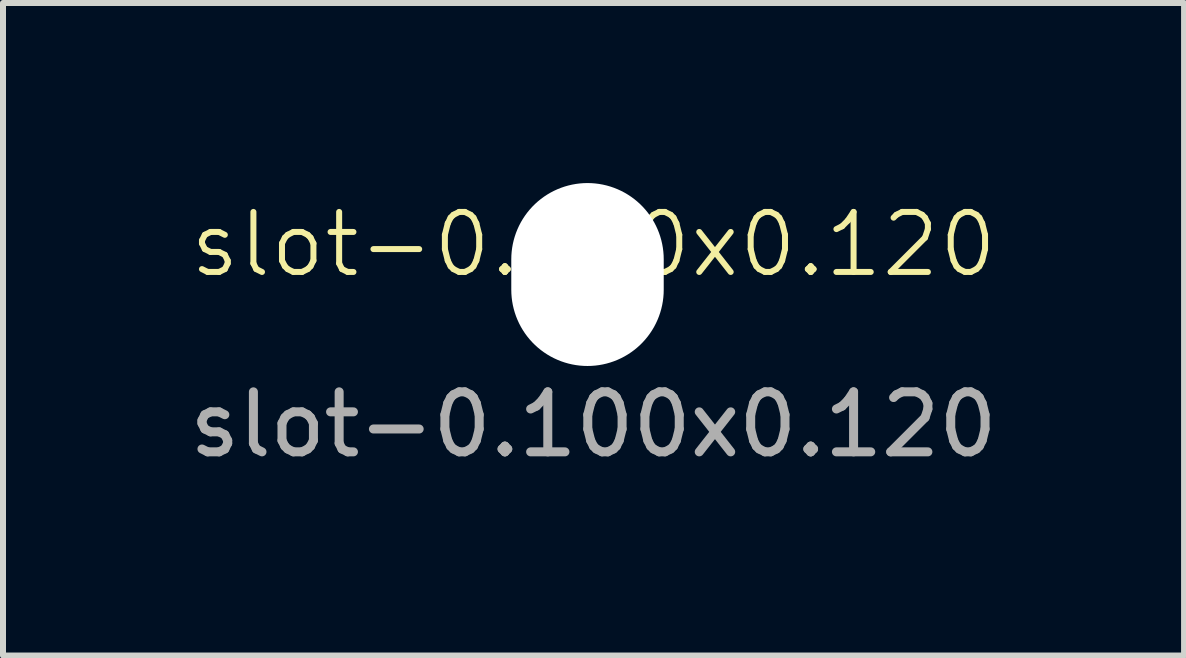
<source format=kicad_pcb>
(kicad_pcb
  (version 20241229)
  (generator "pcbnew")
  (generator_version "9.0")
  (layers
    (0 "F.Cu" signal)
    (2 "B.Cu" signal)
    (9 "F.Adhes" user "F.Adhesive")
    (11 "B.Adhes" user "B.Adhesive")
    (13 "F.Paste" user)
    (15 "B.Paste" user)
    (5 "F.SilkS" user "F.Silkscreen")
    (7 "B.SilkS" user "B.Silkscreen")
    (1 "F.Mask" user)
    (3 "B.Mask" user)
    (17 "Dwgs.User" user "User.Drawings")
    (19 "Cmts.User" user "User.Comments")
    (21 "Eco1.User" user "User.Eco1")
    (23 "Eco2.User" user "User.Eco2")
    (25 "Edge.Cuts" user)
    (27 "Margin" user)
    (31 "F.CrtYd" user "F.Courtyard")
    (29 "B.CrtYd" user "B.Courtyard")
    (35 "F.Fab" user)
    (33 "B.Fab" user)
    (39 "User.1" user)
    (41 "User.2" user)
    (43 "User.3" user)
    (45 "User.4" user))
  (footprint "slot-0.100x0.120"
    (layer "F.Cu")
    (at 6.839 1.524)
    (property "Reference" "slot-0.100x0.120" (at 0 -0.5 0) (unlocked yes) (layer "F.SilkS") (effects (font (size 1 1) (thickness 0.1))))
    (fp_text user "${REFERENCE}" (at 0 2.5 0) (unlocked yes) (layer "F.Fab") (effects (font (size 1 1) (thickness 0.15))))
    (pad "" np_thru_hole oval (at -0.1 0) (size 2.54 3.048) (drill oval 2.54 3.048) (layers "*.Cu" "*.Mask")))
  (gr_rect
    (start -3 -3)
    (end 16.679 7.872)
    (stroke (width 0.1) (type default))
    (fill no)
    (layer "Edge.Cuts")))
</source>
